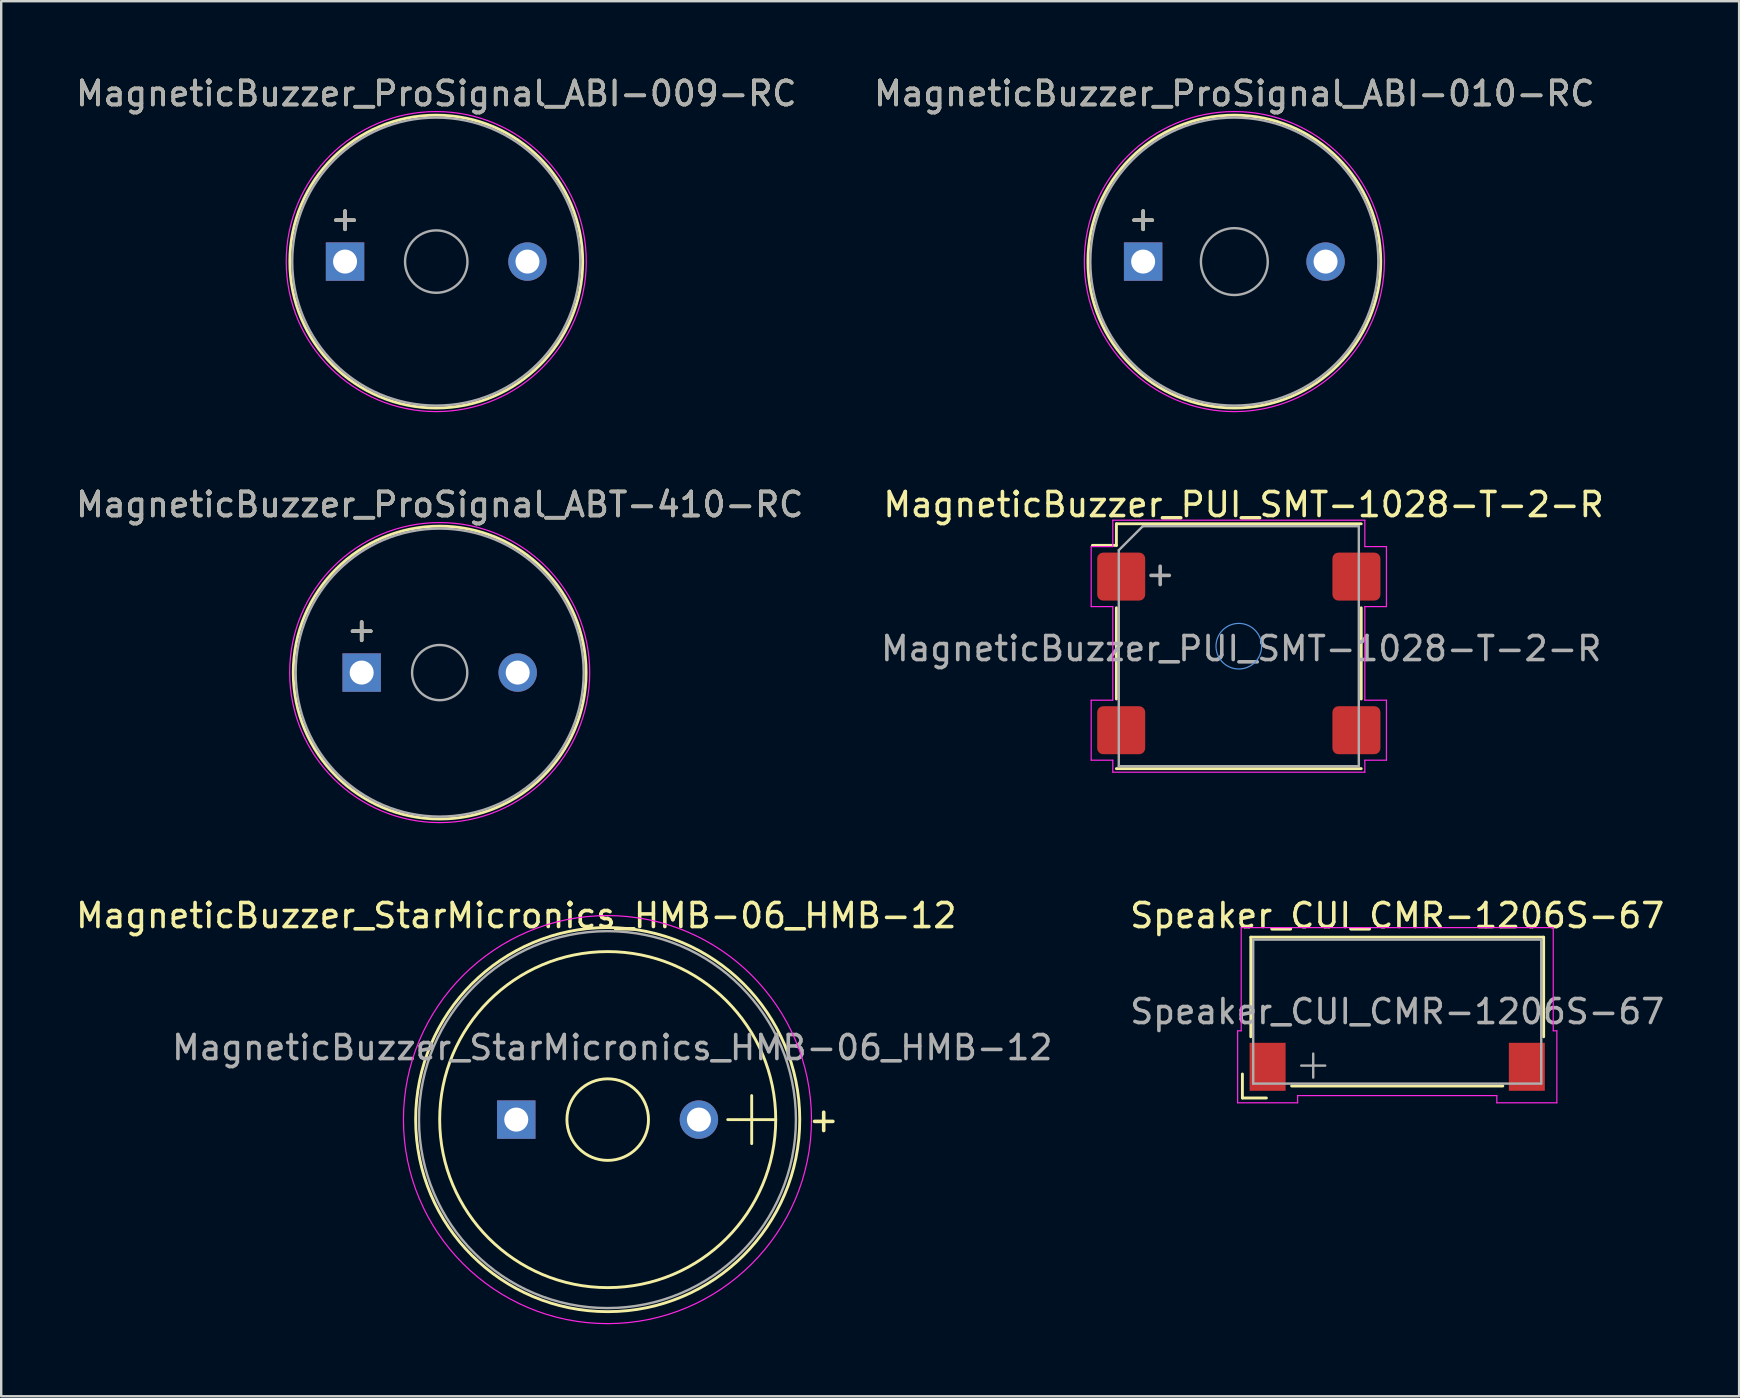
<source format=kicad_pcb>
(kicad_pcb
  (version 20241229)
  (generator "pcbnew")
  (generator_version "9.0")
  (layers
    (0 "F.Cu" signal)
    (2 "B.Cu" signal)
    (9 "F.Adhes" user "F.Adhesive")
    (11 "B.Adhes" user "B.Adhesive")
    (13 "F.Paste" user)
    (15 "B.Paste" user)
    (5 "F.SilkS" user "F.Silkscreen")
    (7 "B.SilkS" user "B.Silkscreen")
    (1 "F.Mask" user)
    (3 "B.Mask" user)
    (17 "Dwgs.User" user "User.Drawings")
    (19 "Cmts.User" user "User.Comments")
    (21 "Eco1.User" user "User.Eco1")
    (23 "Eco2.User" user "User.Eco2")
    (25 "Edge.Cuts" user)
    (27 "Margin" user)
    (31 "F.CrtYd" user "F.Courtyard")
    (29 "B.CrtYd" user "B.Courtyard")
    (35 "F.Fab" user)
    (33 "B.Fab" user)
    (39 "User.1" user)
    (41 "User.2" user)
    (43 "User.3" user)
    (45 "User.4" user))
  (footprint "MagneticBuzzer_StarMicronics_HMB-06_HMB-12"
    (layer "F.Cu")
    (at 18.458 43.595)
    (property "Reference" "MagneticBuzzer_StarMicronics_HMB-06_HMB-12" (at 0 -8.5 0) (layer "F.SilkS") (effects (font (size 1 1) (thickness 0.15))))
    (attr through_hole)
    (fp_line (start 8.811 0) (end 10.81 0) (stroke (width 0.12) (type solid)) (layer "F.SilkS"))
    (fp_line (start 9.809 -1.001) (end 9.809 1.001) (stroke (width 0.12) (type solid)) (layer "F.SilkS"))
    (fp_circle (center 3.81 0) (end 5.509 0) (stroke (width 0.12) (type solid)) (fill no) (layer "F.SilkS"))
    (fp_circle (center 3.81 0) (end 10.81 0) (stroke (width 0.12) (type solid)) (fill no) (layer "F.SilkS"))
    (fp_circle (center 3.81 0) (end 11.811 0) (stroke (width 0.12) (type solid)) (fill no) (layer "F.SilkS"))
    (fp_circle (center 3.8 0) (end 12.3 0) (stroke (width 0.05) (type solid)) (fill no) (layer "F.CrtYd"))
    (fp_circle (center 3.8 0) (end 11.6 -0.9) (stroke (width 0.1) (type solid)) (fill no) (layer "F.Fab"))
    (fp_text user "+" (at 12.809 0 0) (layer "F.SilkS") (effects (font (size 1 1) (thickness 0.15))))
    (fp_text user "${REFERENCE}" (at 4 -3 0) (layer "F.Fab") (effects (font (size 1 1) (thickness 0.15))))
    (pad "1" thru_hole rect (at 0 0) (size 1.6 1.6) (drill 1.001) (layers "*.Cu" "*.Mask"))
    (pad "2" thru_hole circle (at 7.61 0) (size 1.6 1.6) (drill 1.001) (layers "*.Cu" "*.Mask")))
  (footprint "MagneticBuzzer_ProSignal_ABI-010-RC"
    (layer "F.Cu")
    (at 44.575 7.848)
    (property "Reference" "MagneticBuzzer_ProSignal_ABI-010-RC" (at 3.8 -7 0) (layer "F.SilkS") (effects (font (size 1 1) (thickness 0.15))))
    (attr through_hole)
    (fp_circle (center 3.8 0) (end 9.9 0) (stroke (width 0.12) (type solid)) (fill no) (layer "F.SilkS"))
    (fp_circle (center 3.8 0) (end 10.05 0) (stroke (width 0.05) (type solid)) (fill no) (layer "F.CrtYd"))
    (fp_circle (center 3.8 0) (end 5.1 0.5) (stroke (width 0.1) (type solid)) (fill no) (layer "F.Fab"))
    (fp_circle (center 3.8 0) (end 9.8 0) (stroke (width 0.1) (type solid)) (fill no) (layer "F.Fab"))
    (fp_text user "+" (at 0 -1.8 0) (layer "F.SilkS") (effects (font (size 1 1) (thickness 0.15))))
    (fp_text user "+" (at 0 -1.8 0) (layer "F.Fab") (effects (font (size 1 1) (thickness 0.15))))
    (fp_text user "${REFERENCE}" (at 3.8 -7 0) (layer "F.Fab") (effects (font (size 1 1) (thickness 0.15))))
    (pad "1" thru_hole rect (at 0 0) (size 1.6 1.6) (drill 1) (layers "*.Cu" "*.Mask"))
    (pad "2" thru_hole circle (at 7.6 0) (size 1.6 1.6) (drill 1) (layers "*.Cu" "*.Mask")))
  (footprint "MagneticBuzzer_PUI_SMT-1028-T-2-R"
    (layer "F.Cu")
    (at 48.561 23.872)
    (property "Reference" "MagneticBuzzer_PUI_SMT-1028-T-2-R" (at 0.2 -5.9 0) (layer "F.SilkS") (effects (font (size 1 1) (thickness 0.15))))
    (attr smd)
    (fp_line (start -5.1 -5.1) (end -5.1 -4.2) (stroke (width 0.12) (type default)) (layer "F.SilkS"))
    (fp_line (start -5.1 -4.2) (end -6.1 -4.2) (stroke (width 0.12) (type default)) (layer "F.SilkS"))
    (fp_line (start -5.1 -1.6) (end -5.1 2.2) (stroke (width 0.12) (type solid)) (layer "F.SilkS"))
    (fp_line (start -5.1 5.1) (end 5.1 5.1) (stroke (width 0.12) (type solid)) (layer "F.SilkS"))
    (fp_line (start 5.1 -5.1) (end -5.1 -5.1) (stroke (width 0.12) (type solid)) (layer "F.SilkS"))
    (fp_line (start 5.1 2.2) (end 5.1 -1.6) (stroke (width 0.12) (type solid)) (layer "F.SilkS"))
    (fp_circle (center 0 0) (end 0.95 0) (stroke (width 0.05) (type default)) (fill no) (layer "Cmts.User"))
    (fp_line (start -6.15 -4.15) (end -6.15 -1.65) (stroke (width 0.05) (type solid)) (layer "F.CrtYd"))
    (fp_line (start -6.15 -4.15) (end -5.25 -4.15) (stroke (width 0.05) (type default)) (layer "F.CrtYd"))
    (fp_line (start -6.15 -1.65) (end -5.25 -1.65) (stroke (width 0.05) (type default)) (layer "F.CrtYd"))
    (fp_line (start -6.15 2.25) (end -5.25 2.25) (stroke (width 0.05) (type default)) (layer "F.CrtYd"))
    (fp_line (start -6.15 4.75) (end -6.15 2.25) (stroke (width 0.05) (type solid)) (layer "F.CrtYd"))
    (fp_line (start -6.15 4.75) (end -5.25 4.75) (stroke (width 0.05) (type default)) (layer "F.CrtYd"))
    (fp_line (start -5.25 -5.25) (end 5.25 -5.25) (stroke (width 0.05) (type solid)) (layer "F.CrtYd"))
    (fp_line (start -5.25 -4.15) (end -5.25 -5.25) (stroke (width 0.05) (type default)) (layer "F.CrtYd"))
    (fp_line (start -5.25 -1.65) (end -5.25 2.25) (stroke (width 0.05) (type default)) (layer "F.CrtYd"))
    (fp_line (start -5.25 4.75) (end -5.25 5.25) (stroke (width 0.05) (type default)) (layer "F.CrtYd"))
    (fp_line (start 5.25 -4.15) (end 5.25 -5.25) (stroke (width 0.05) (type default)) (layer "F.CrtYd"))
    (fp_line (start 5.25 2.25) (end 5.25 -1.65) (stroke (width 0.05) (type default)) (layer "F.CrtYd"))
    (fp_line (start 5.25 4.75) (end 5.25 5.25) (stroke (width 0.05) (type default)) (layer "F.CrtYd"))
    (fp_line (start 5.25 5.25) (end -5.25 5.25) (stroke (width 0.05) (type solid)) (layer "F.CrtYd"))
    (fp_line (start 6.15 -4.15) (end 5.25 -4.15) (stroke (width 0.05) (type default)) (layer "F.CrtYd"))
    (fp_line (start 6.15 -4.15) (end 6.15 -1.65) (stroke (width 0.05) (type solid)) (layer "F.CrtYd"))
    (fp_line (start 6.15 -1.65) (end 5.25 -1.65) (stroke (width 0.05) (type default)) (layer "F.CrtYd"))
    (fp_line (start 6.15 2.25) (end 5.25 2.25) (stroke (width 0.05) (type default)) (layer "F.CrtYd"))
    (fp_line (start 6.15 4.75) (end 5.25 4.75) (stroke (width 0.05) (type default)) (layer "F.CrtYd"))
    (fp_line (start 6.15 4.75) (end 6.15 2.25) (stroke (width 0.05) (type solid)) (layer "F.CrtYd"))
    (fp_line (start -5 5) (end -5 -4) (stroke (width 0.1) (type solid)) (layer "F.Fab"))
    (fp_line (start -4 -5) (end -5 -4) (stroke (width 0.1) (type default)) (layer "F.Fab"))
    (fp_line (start -4 -5) (end 5 -5) (stroke (width 0.1) (type solid)) (layer "F.Fab"))
    (fp_line (start 5 -5) (end 5 5) (stroke (width 0.1) (type solid)) (layer "F.Fab"))
    (fp_line (start 5 5) (end -5 5) (stroke (width 0.1) (type solid)) (layer "F.Fab"))
    (fp_text user "${REFERENCE}" (at 0.1 0.1 0) (layer "F.Fab") (effects (font (size 1 1) (thickness 0.15))))
    (fp_text user "+" (at -3.35 -2.95 270) (layer "F.Fab") (effects (font (size 1 1) (thickness 0.15))))
    (pad "1" smd roundrect (at -4.9 -2.9 270) (size 2 2) (layers "F.Cu" "F.Mask" "F.Paste") (roundrect_rratio 0.125))
    (pad "2" smd roundrect (at 4.9 -2.9 270) (size 2 2) (layers "F.Cu" "F.Mask" "F.Paste") (roundrect_rratio 0.125))
    (pad "MP" smd roundrect (at -4.9 3.5 270) (size 2 2) (layers "F.Cu" "F.Mask" "F.Paste") (roundrect_rratio 0.125))
    (pad "MP" smd roundrect (at 4.9 3.5 270) (size 2 2) (layers "F.Cu" "F.Mask" "F.Paste") (roundrect_rratio 0.125)))
  (footprint "MagneticBuzzer_ProSignal_ABT-410-RC"
    (layer "F.Cu")
    (at 12.018 24.971)
    (property "Reference" "MagneticBuzzer_ProSignal_ABT-410-RC" (at 3.25 -7 0) (layer "F.SilkS") (effects (font (size 1 1) (thickness 0.15))))
    (attr through_hole)
    (fp_circle (center 3.25 0) (end 9.35 0) (stroke (width 0.12) (type solid)) (fill no) (layer "F.SilkS"))
    (fp_circle (center 3.25 0) (end 9.5 0) (stroke (width 0.05) (type solid)) (fill no) (layer "F.CrtYd"))
    (fp_circle (center 3.25 0) (end 4.4 0) (stroke (width 0.1) (type solid)) (fill no) (layer "F.Fab"))
    (fp_circle (center 3.25 0) (end 9.25 0) (stroke (width 0.1) (type solid)) (fill no) (layer "F.Fab"))
    (fp_text user "+" (at 0 -1.8 0) (layer "F.SilkS") (effects (font (size 1 1) (thickness 0.15))))
    (fp_text user "${REFERENCE}" (at 3.25 -7 0) (layer "F.Fab") (effects (font (size 1 1) (thickness 0.15))))
    (fp_text user "+" (at 0 -1.8 0) (layer "F.Fab") (effects (font (size 1 1) (thickness 0.15))))
    (pad "1" thru_hole rect (at 0 0) (size 1.6 1.6) (drill 1) (layers "*.Cu" "*.Mask"))
    (pad "2" thru_hole circle (at 6.5 0) (size 1.6 1.6) (drill 1) (layers "*.Cu" "*.Mask")))
  (footprint "Speaker_CUI_CMR-1206S-67"
    (layer "F.Cu")
    (at 55.161 39.095)
    (property "Reference" "Speaker_CUI_CMR-1206S-67" (at 0 -4 0) (layer "F.SilkS") (effects (font (size 1 1) (thickness 0.15))))
    (attr smd)
    (fp_line (start -6.45 2.6) (end -6.45 3.6) (stroke (width 0.12) (type solid)) (layer "F.SilkS"))
    (fp_line (start -6.45 3.6) (end -5.45 3.6) (stroke (width 0.12) (type solid)) (layer "F.SilkS"))
    (fp_line (start -6.1 -3.1) (end 6.1 -3.1) (stroke (width 0.12) (type solid)) (layer "F.SilkS"))
    (fp_line (start -6.1 1.05) (end -6.1 -3.1) (stroke (width 0.12) (type solid)) (layer "F.SilkS"))
    (fp_line (start 4.4 3.1) (end -4.4 3.1) (stroke (width 0.12) (type solid)) (layer "F.SilkS"))
    (fp_line (start 6.1 -3.1) (end 6.1 1.05) (stroke (width 0.12) (type solid)) (layer "F.SilkS"))
    (fp_line (start -6.65 0.8) (end -6.65 3.8) (stroke (width 0.05) (type solid)) (layer "F.CrtYd"))
    (fp_line (start -6.65 3.8) (end -4.15 3.8) (stroke (width 0.05) (type solid)) (layer "F.CrtYd"))
    (fp_line (start -6.5 -3.5) (end 6.5 -3.5) (stroke (width 0.05) (type solid)) (layer "F.CrtYd"))
    (fp_line (start -6.5 0.8) (end -6.65 0.8) (stroke (width 0.05) (type solid)) (layer "F.CrtYd"))
    (fp_line (start -6.5 0.8) (end -6.5 -3.5) (stroke (width 0.05) (type solid)) (layer "F.CrtYd"))
    (fp_line (start -4.15 3.8) (end -4.15 3.5) (stroke (width 0.05) (type solid)) (layer "F.CrtYd"))
    (fp_line (start 4.15 3.5) (end -4.15 3.5) (stroke (width 0.05) (type solid)) (layer "F.CrtYd"))
    (fp_line (start 4.15 3.8) (end 4.15 3.5) (stroke (width 0.05) (type solid)) (layer "F.CrtYd"))
    (fp_line (start 6.5 -3.5) (end 6.5 0.8) (stroke (width 0.05) (type solid)) (layer "F.CrtYd"))
    (fp_line (start 6.5 0.8) (end 6.65 0.8) (stroke (width 0.05) (type solid)) (layer "F.CrtYd"))
    (fp_line (start 6.65 0.8) (end 6.65 3.8) (stroke (width 0.05) (type solid)) (layer "F.CrtYd"))
    (fp_line (start 6.65 3.8) (end 4.15 3.8) (stroke (width 0.05) (type solid)) (layer "F.CrtYd"))
    (fp_line (start -6 -3) (end -6 3) (stroke (width 0.1) (type solid)) (layer "F.Fab"))
    (fp_line (start -6 3) (end 6 3) (stroke (width 0.1) (type solid)) (layer "F.Fab"))
    (fp_line (start -4 2.25) (end -3 2.25) (stroke (width 0.1) (type solid)) (layer "F.Fab"))
    (fp_line (start -3.5 2.75) (end -3.5 1.75) (stroke (width 0.1) (type solid)) (layer "F.Fab"))
    (fp_line (start 6 -3) (end -6 -3) (stroke (width 0.1) (type solid)) (layer "F.Fab"))
    (fp_line (start 6 3) (end 6 -3) (stroke (width 0.1) (type solid)) (layer "F.Fab"))
    (fp_text user "${REFERENCE}" (at 0 0 180) (layer "F.Fab") (effects (font (size 1 1) (thickness 0.15))))
    (pad "1" smd rect (at -5.4 2.3 180) (size 1.5 2) (layers "F.Cu" "F.Mask"))
    (pad "2" smd rect (at 5.4 2.3 180) (size 1.5 2) (layers "F.Cu" "F.Mask")))
  (footprint "MagneticBuzzer_ProSignal_ABI-009-RC"
    (layer "F.Cu")
    (at 11.325 7.848)
    (property "Reference" "MagneticBuzzer_ProSignal_ABI-009-RC" (at 3.8 -7 0) (layer "F.SilkS") (effects (font (size 1 1) (thickness 0.15))))
    (attr through_hole)
    (fp_circle (center 3.8 0) (end 9.9 0) (stroke (width 0.12) (type solid)) (fill no) (layer "F.SilkS"))
    (fp_circle (center 3.8 0) (end 10.05 0) (stroke (width 0.05) (type solid)) (fill no) (layer "F.CrtYd"))
    (fp_circle (center 3.8 0) (end 5.1 0) (stroke (width 0.1) (type solid)) (fill no) (layer "F.Fab"))
    (fp_circle (center 3.8 0) (end 9.8 0) (stroke (width 0.1) (type solid)) (fill no) (layer "F.Fab"))
    (fp_text user "+" (at 0 -1.8 0) (layer "F.SilkS") (effects (font (size 1 1) (thickness 0.15))))
    (fp_text user "+" (at 0 -1.8 0) (layer "F.Fab") (effects (font (size 1 1) (thickness 0.15))))
    (fp_text user "${REFERENCE}" (at 3.8 -7 0) (layer "F.Fab") (effects (font (size 1 1) (thickness 0.15))))
    (pad "1" thru_hole rect (at 0 0) (size 1.6 1.6) (drill 1) (layers "*.Cu" "*.Mask"))
    (pad "2" thru_hole circle (at 7.6 0) (size 1.6 1.6) (drill 1) (layers "*.Cu" "*.Mask")))
  (gr_rect
    (start -3 -3)
    (end 69.405 55.12)
    (stroke (width 0.1) (type default))
    (fill no)
    (layer "Edge.Cuts")))
</source>
